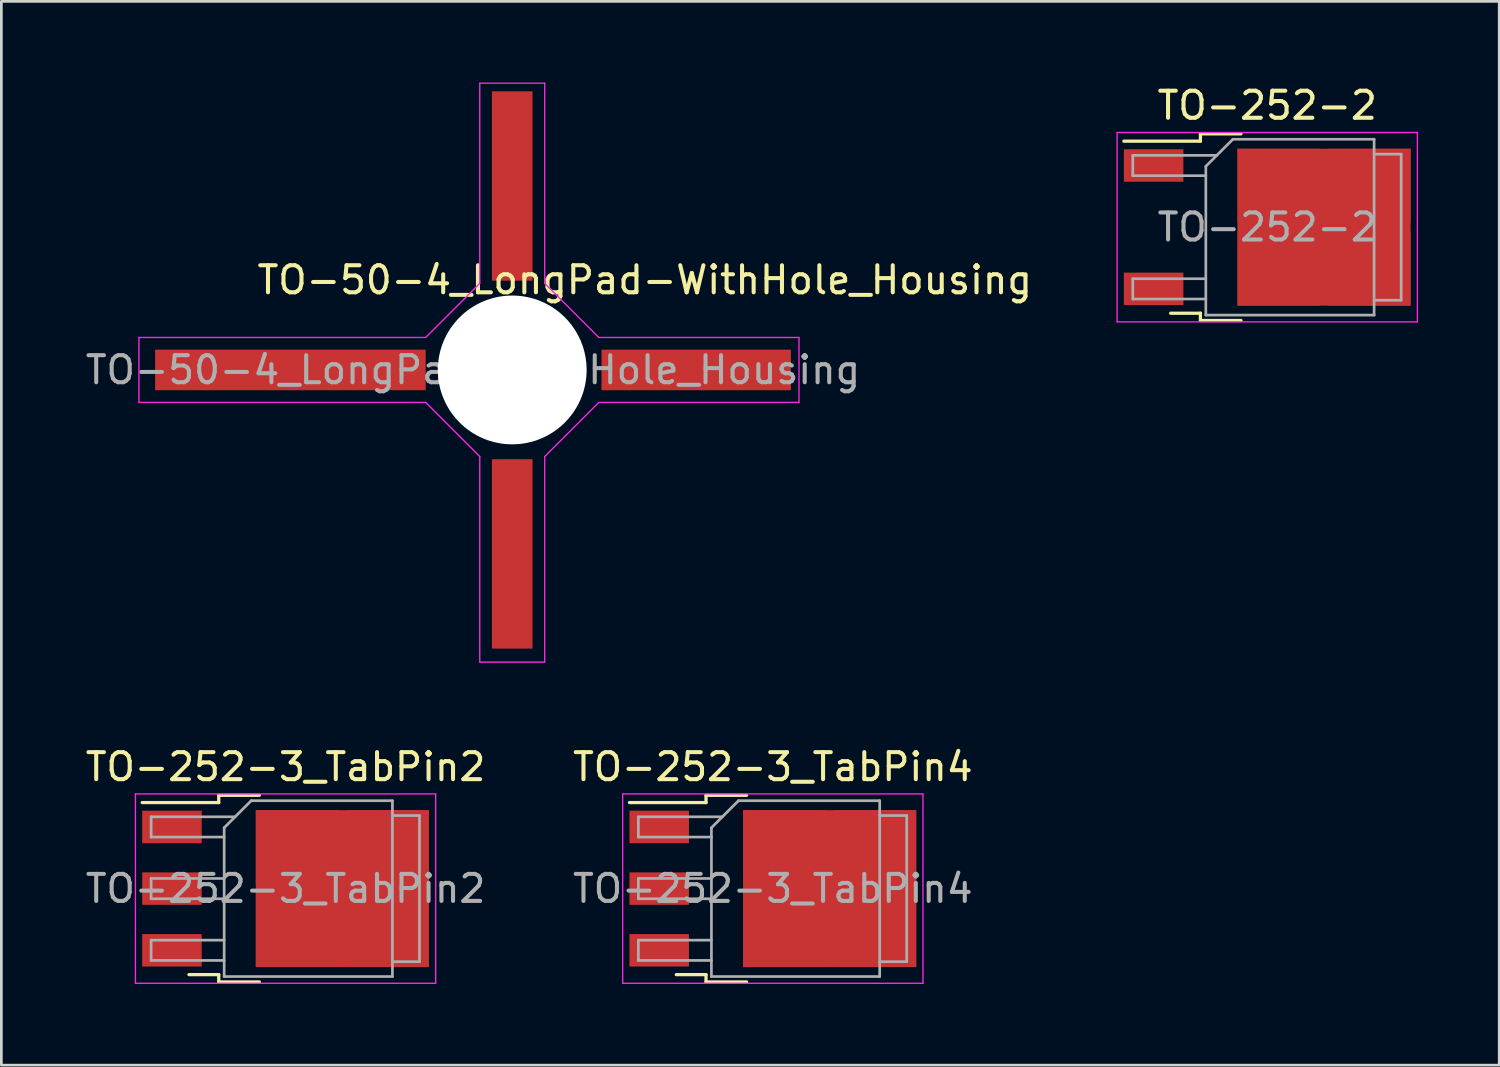
<source format=kicad_pcb>
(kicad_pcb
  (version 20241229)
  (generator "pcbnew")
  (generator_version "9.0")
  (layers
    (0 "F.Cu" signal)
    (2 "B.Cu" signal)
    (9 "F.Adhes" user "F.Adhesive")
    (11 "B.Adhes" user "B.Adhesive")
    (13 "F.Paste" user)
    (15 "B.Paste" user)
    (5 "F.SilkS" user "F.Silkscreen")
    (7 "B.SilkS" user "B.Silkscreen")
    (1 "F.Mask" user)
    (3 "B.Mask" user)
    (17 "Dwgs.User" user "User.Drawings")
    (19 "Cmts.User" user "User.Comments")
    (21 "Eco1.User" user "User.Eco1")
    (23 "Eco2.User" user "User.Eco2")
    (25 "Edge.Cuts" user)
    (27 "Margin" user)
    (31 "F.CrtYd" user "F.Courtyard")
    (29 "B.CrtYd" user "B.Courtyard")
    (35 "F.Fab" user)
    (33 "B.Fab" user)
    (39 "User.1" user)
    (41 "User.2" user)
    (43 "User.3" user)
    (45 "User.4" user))
  (footprint "TO-252-3_TabPin4"
    (layer "F.Cu")
    (at 25.518 29.798)
    (property "Reference" "TO-252-3_TabPin4" (at 0 -4.5 0) (layer "F.SilkS") (effects (font (size 1 1) (thickness 0.15))))
    (attr smd)
    (fp_line (start -2.47 -3.45) (end -2.47 -3.18) (stroke (width 0.12) (type solid)) (layer "F.SilkS"))
    (fp_line (start -2.47 -3.18) (end -5.3 -3.18) (stroke (width 0.12) (type solid)) (layer "F.SilkS"))
    (fp_line (start -2.47 3.18) (end -3.57 3.18) (stroke (width 0.12) (type solid)) (layer "F.SilkS"))
    (fp_line (start -2.47 3.45) (end -2.47 3.18) (stroke (width 0.12) (type solid)) (layer "F.SilkS"))
    (fp_line (start -0.97 -3.45) (end -2.47 -3.45) (stroke (width 0.12) (type solid)) (layer "F.SilkS"))
    (fp_line (start -0.97 3.45) (end -2.47 3.45) (stroke (width 0.12) (type solid)) (layer "F.SilkS"))
    (fp_line (start -5.55 -3.5) (end -5.55 3.5) (stroke (width 0.05) (type solid)) (layer "F.CrtYd"))
    (fp_line (start -5.55 3.5) (end 5.55 3.5) (stroke (width 0.05) (type solid)) (layer "F.CrtYd"))
    (fp_line (start 5.55 -3.5) (end -5.55 -3.5) (stroke (width 0.05) (type solid)) (layer "F.CrtYd"))
    (fp_line (start 5.55 3.5) (end 5.55 -3.5) (stroke (width 0.05) (type solid)) (layer "F.CrtYd"))
    (fp_line (start -4.97 -2.655) (end -4.97 -1.905) (stroke (width 0.1) (type solid)) (layer "F.Fab"))
    (fp_line (start -4.97 -1.905) (end -2.27 -1.905) (stroke (width 0.1) (type solid)) (layer "F.Fab"))
    (fp_line (start -4.97 -0.375) (end -4.97 0.375) (stroke (width 0.1) (type solid)) (layer "F.Fab"))
    (fp_line (start -4.97 0.375) (end -2.27 0.375) (stroke (width 0.1) (type solid)) (layer "F.Fab"))
    (fp_line (start -4.97 1.905) (end -4.97 2.655) (stroke (width 0.1) (type solid)) (layer "F.Fab"))
    (fp_line (start -4.97 2.655) (end -2.27 2.655) (stroke (width 0.1) (type solid)) (layer "F.Fab"))
    (fp_line (start -2.27 -2.25) (end -1.27 -3.25) (stroke (width 0.1) (type solid)) (layer "F.Fab"))
    (fp_line (start -2.27 -0.375) (end -4.97 -0.375) (stroke (width 0.1) (type solid)) (layer "F.Fab"))
    (fp_line (start -2.27 1.905) (end -4.97 1.905) (stroke (width 0.1) (type solid)) (layer "F.Fab"))
    (fp_line (start -2.27 3.25) (end -2.27 -2.25) (stroke (width 0.1) (type solid)) (layer "F.Fab"))
    (fp_line (start -1.865 -2.655) (end -4.97 -2.655) (stroke (width 0.1) (type solid)) (layer "F.Fab"))
    (fp_line (start -1.27 -3.25) (end 3.95 -3.25) (stroke (width 0.1) (type solid)) (layer "F.Fab"))
    (fp_line (start 3.95 -3.25) (end 3.95 3.25) (stroke (width 0.1) (type solid)) (layer "F.Fab"))
    (fp_line (start 3.95 -2.7) (end 4.95 -2.7) (stroke (width 0.1) (type solid)) (layer "F.Fab"))
    (fp_line (start 3.95 3.25) (end -2.27 3.25) (stroke (width 0.1) (type solid)) (layer "F.Fab"))
    (fp_line (start 4.95 -2.7) (end 4.95 2.7) (stroke (width 0.1) (type solid)) (layer "F.Fab"))
    (fp_line (start 4.95 2.7) (end 3.95 2.7) (stroke (width 0.1) (type solid)) (layer "F.Fab"))
    (fp_text user "${REFERENCE}" (at 0 0 0) (layer "F.Fab") (effects (font (size 1 1) (thickness 0.15))))
    (pad "1" smd rect (at -4.2 -2.28) (size 2.2 1.2) (layers "F.Cu" "F.Mask" "F.Paste"))
    (pad "2" smd rect (at -4.2 0) (size 2.2 1.2) (layers "F.Cu" "F.Mask" "F.Paste"))
    (pad "3" smd rect (at -4.2 2.28) (size 2.2 1.2) (layers "F.Cu" "F.Mask" "F.Paste"))
    (pad "4" smd rect (at 0.425 -1.525) (size 3.05 2.75) (layers "F.Cu" "F.Paste"))
    (pad "4" smd rect (at 0.425 1.525) (size 3.05 2.75) (layers "F.Cu" "F.Paste"))
    (pad "4" smd rect (at 2.1 0) (size 6.4 5.8) (layers "F.Cu" "F.Mask"))
    (pad "4" smd rect (at 3.775 -1.525) (size 3.05 2.75) (layers "F.Cu" "F.Paste"))
    (pad "4" smd rect (at 3.775 1.525) (size 3.05 2.75) (layers "F.Cu" "F.Paste")))
  (footprint "TO-252-2"
    (layer "F.Cu")
    (at 43.794 5.348)
    (property "Reference" "TO-252-2" (at 0 -4.5 0) (layer "F.SilkS") (effects (font (size 1 1) (thickness 0.15))))
    (attr smd)
    (fp_line (start -2.47 -3.45) (end -2.47 -3.18) (stroke (width 0.12) (type solid)) (layer "F.SilkS"))
    (fp_line (start -2.47 -3.18) (end -5.3 -3.18) (stroke (width 0.12) (type solid)) (layer "F.SilkS"))
    (fp_line (start -2.47 3.18) (end -3.57 3.18) (stroke (width 0.12) (type solid)) (layer "F.SilkS"))
    (fp_line (start -2.47 3.45) (end -2.47 3.18) (stroke (width 0.12) (type solid)) (layer "F.SilkS"))
    (fp_line (start -0.97 -3.45) (end -2.47 -3.45) (stroke (width 0.12) (type solid)) (layer "F.SilkS"))
    (fp_line (start -0.97 3.45) (end -2.47 3.45) (stroke (width 0.12) (type solid)) (layer "F.SilkS"))
    (fp_line (start -5.55 -3.5) (end -5.55 3.5) (stroke (width 0.05) (type solid)) (layer "F.CrtYd"))
    (fp_line (start -5.55 3.5) (end 5.55 3.5) (stroke (width 0.05) (type solid)) (layer "F.CrtYd"))
    (fp_line (start 5.55 -3.5) (end -5.55 -3.5) (stroke (width 0.05) (type solid)) (layer "F.CrtYd"))
    (fp_line (start 5.55 3.5) (end 5.55 -3.5) (stroke (width 0.05) (type solid)) (layer "F.CrtYd"))
    (fp_line (start -4.97 -2.655) (end -4.97 -1.905) (stroke (width 0.1) (type solid)) (layer "F.Fab"))
    (fp_line (start -4.97 -1.905) (end -2.27 -1.905) (stroke (width 0.1) (type solid)) (layer "F.Fab"))
    (fp_line (start -4.97 1.905) (end -4.97 2.655) (stroke (width 0.1) (type solid)) (layer "F.Fab"))
    (fp_line (start -4.97 2.655) (end -2.27 2.655) (stroke (width 0.1) (type solid)) (layer "F.Fab"))
    (fp_line (start -2.27 -2.25) (end -1.27 -3.25) (stroke (width 0.1) (type solid)) (layer "F.Fab"))
    (fp_line (start -2.27 1.905) (end -4.97 1.905) (stroke (width 0.1) (type solid)) (layer "F.Fab"))
    (fp_line (start -2.27 3.25) (end -2.27 -2.25) (stroke (width 0.1) (type solid)) (layer "F.Fab"))
    (fp_line (start -1.865 -2.655) (end -4.97 -2.655) (stroke (width 0.1) (type solid)) (layer "F.Fab"))
    (fp_line (start -1.27 -3.25) (end 3.95 -3.25) (stroke (width 0.1) (type solid)) (layer "F.Fab"))
    (fp_line (start 3.95 -3.25) (end 3.95 3.25) (stroke (width 0.1) (type solid)) (layer "F.Fab"))
    (fp_line (start 3.95 -2.7) (end 4.95 -2.7) (stroke (width 0.1) (type solid)) (layer "F.Fab"))
    (fp_line (start 3.95 3.25) (end -2.27 3.25) (stroke (width 0.1) (type solid)) (layer "F.Fab"))
    (fp_line (start 4.95 -2.7) (end 4.95 2.7) (stroke (width 0.1) (type solid)) (layer "F.Fab"))
    (fp_line (start 4.95 2.7) (end 3.95 2.7) (stroke (width 0.1) (type solid)) (layer "F.Fab"))
    (fp_text user "${REFERENCE}" (at 0 0 0) (layer "F.Fab") (effects (font (size 1 1) (thickness 0.15))))
    (pad "1" smd rect (at -4.2 -2.28) (size 2.2 1.2) (layers "F.Cu" "F.Mask" "F.Paste"))
    (pad "2" smd rect (at 0.425 -1.525) (size 3.05 2.75) (layers "F.Cu" "F.Paste"))
    (pad "2" smd rect (at 0.425 1.525) (size 3.05 2.75) (layers "F.Cu" "F.Paste"))
    (pad "2" smd rect (at 2.1 0) (size 6.4 5.8) (layers "F.Cu" "F.Mask"))
    (pad "2" smd rect (at 3.775 -1.525) (size 3.05 2.75) (layers "F.Cu" "F.Paste"))
    (pad "2" smd rect (at 3.775 1.525) (size 3.05 2.75) (layers "F.Cu" "F.Paste"))
    (pad "3" smd rect (at -4.2 2.28) (size 2.2 1.2) (layers "F.Cu" "F.Mask" "F.Paste")))
  (footprint "TO-252-3_TabPin2"
    (layer "F.Cu")
    (at 7.506 29.798)
    (property "Reference" "TO-252-3_TabPin2" (at 0 -4.5 0) (layer "F.SilkS") (effects (font (size 1 1) (thickness 0.15))))
    (attr smd)
    (fp_line (start -2.47 -3.45) (end -2.47 -3.18) (stroke (width 0.12) (type solid)) (layer "F.SilkS"))
    (fp_line (start -2.47 -3.18) (end -5.3 -3.18) (stroke (width 0.12) (type solid)) (layer "F.SilkS"))
    (fp_line (start -2.47 3.18) (end -3.57 3.18) (stroke (width 0.12) (type solid)) (layer "F.SilkS"))
    (fp_line (start -2.47 3.45) (end -2.47 3.18) (stroke (width 0.12) (type solid)) (layer "F.SilkS"))
    (fp_line (start -0.97 -3.45) (end -2.47 -3.45) (stroke (width 0.12) (type solid)) (layer "F.SilkS"))
    (fp_line (start -0.97 3.45) (end -2.47 3.45) (stroke (width 0.12) (type solid)) (layer "F.SilkS"))
    (fp_line (start -5.55 -3.5) (end -5.55 3.5) (stroke (width 0.05) (type solid)) (layer "F.CrtYd"))
    (fp_line (start -5.55 3.5) (end 5.55 3.5) (stroke (width 0.05) (type solid)) (layer "F.CrtYd"))
    (fp_line (start 5.55 -3.5) (end -5.55 -3.5) (stroke (width 0.05) (type solid)) (layer "F.CrtYd"))
    (fp_line (start 5.55 3.5) (end 5.55 -3.5) (stroke (width 0.05) (type solid)) (layer "F.CrtYd"))
    (fp_line (start -4.97 -2.655) (end -4.97 -1.905) (stroke (width 0.1) (type solid)) (layer "F.Fab"))
    (fp_line (start -4.97 -1.905) (end -2.27 -1.905) (stroke (width 0.1) (type solid)) (layer "F.Fab"))
    (fp_line (start -4.97 -0.375) (end -4.97 0.375) (stroke (width 0.1) (type solid)) (layer "F.Fab"))
    (fp_line (start -4.97 0.375) (end -2.27 0.375) (stroke (width 0.1) (type solid)) (layer "F.Fab"))
    (fp_line (start -4.97 1.905) (end -4.97 2.655) (stroke (width 0.1) (type solid)) (layer "F.Fab"))
    (fp_line (start -4.97 2.655) (end -2.27 2.655) (stroke (width 0.1) (type solid)) (layer "F.Fab"))
    (fp_line (start -2.27 -2.25) (end -1.27 -3.25) (stroke (width 0.1) (type solid)) (layer "F.Fab"))
    (fp_line (start -2.27 -0.375) (end -4.97 -0.375) (stroke (width 0.1) (type solid)) (layer "F.Fab"))
    (fp_line (start -2.27 1.905) (end -4.97 1.905) (stroke (width 0.1) (type solid)) (layer "F.Fab"))
    (fp_line (start -2.27 3.25) (end -2.27 -2.25) (stroke (width 0.1) (type solid)) (layer "F.Fab"))
    (fp_line (start -1.865 -2.655) (end -4.97 -2.655) (stroke (width 0.1) (type solid)) (layer "F.Fab"))
    (fp_line (start -1.27 -3.25) (end 3.95 -3.25) (stroke (width 0.1) (type solid)) (layer "F.Fab"))
    (fp_line (start 3.95 -3.25) (end 3.95 3.25) (stroke (width 0.1) (type solid)) (layer "F.Fab"))
    (fp_line (start 3.95 -2.7) (end 4.95 -2.7) (stroke (width 0.1) (type solid)) (layer "F.Fab"))
    (fp_line (start 3.95 3.25) (end -2.27 3.25) (stroke (width 0.1) (type solid)) (layer "F.Fab"))
    (fp_line (start 4.95 -2.7) (end 4.95 2.7) (stroke (width 0.1) (type solid)) (layer "F.Fab"))
    (fp_line (start 4.95 2.7) (end 3.95 2.7) (stroke (width 0.1) (type solid)) (layer "F.Fab"))
    (fp_text user "${REFERENCE}" (at 0 0 0) (layer "F.Fab") (effects (font (size 1 1) (thickness 0.15))))
    (pad "1" smd rect (at -4.2 -2.28) (size 2.2 1.2) (layers "F.Cu" "F.Mask" "F.Paste"))
    (pad "2" smd rect (at -4.2 0) (size 2.2 1.2) (layers "F.Cu" "F.Mask" "F.Paste"))
    (pad "2" smd rect (at 0.425 -1.525) (size 3.05 2.75) (layers "F.Cu" "F.Paste"))
    (pad "2" smd rect (at 0.425 1.525) (size 3.05 2.75) (layers "F.Cu" "F.Paste"))
    (pad "2" smd rect (at 2.1 0) (size 6.4 5.8) (layers "F.Cu" "F.Mask"))
    (pad "2" smd rect (at 3.775 -1.525) (size 3.05 2.75) (layers "F.Cu" "F.Paste"))
    (pad "2" smd rect (at 3.775 1.525) (size 3.05 2.75) (layers "F.Cu" "F.Paste"))
    (pad "3" smd rect (at -4.2 2.28) (size 2.2 1.2) (layers "F.Cu" "F.Mask" "F.Paste")))
  (footprint "TO-50-4_LongPad-WithHole_Housing"
    (layer "F.Cu")
    (at 15.185 10.625)
    (property "Reference" "TO-50-4_LongPad-WithHole_Housing" (at 5.6 -3.325 180) (layer "F.SilkS") (effects (font (size 1 1) (thickness 0.15))))
    (attr smd)
    (fp_line (start -13.1 -1.2) (end -2.5 -1.2) (stroke (width 0.05) (type solid)) (layer "F.CrtYd"))
    (fp_line (start -13.1 1.2) (end -13.1 -1.2) (stroke (width 0.05) (type solid)) (layer "F.CrtYd"))
    (fp_line (start -2.5 -1.2) (end -0.5 -3.2) (stroke (width 0.05) (type solid)) (layer "F.CrtYd"))
    (fp_line (start -2.5 1.2) (end -13.1 1.2) (stroke (width 0.05) (type solid)) (layer "F.CrtYd"))
    (fp_line (start -0.5 -10.6) (end 1.9 -10.6) (stroke (width 0.05) (type solid)) (layer "F.CrtYd"))
    (fp_line (start -0.5 -3.2) (end -0.5 -10.6) (stroke (width 0.05) (type solid)) (layer "F.CrtYd"))
    (fp_line (start -0.5 3.2) (end -2.5 1.2) (stroke (width 0.05) (type solid)) (layer "F.CrtYd"))
    (fp_line (start -0.5 10.8) (end -0.5 3.2) (stroke (width 0.05) (type solid)) (layer "F.CrtYd"))
    (fp_line (start 1.9 -10.6) (end 1.9 -3.2) (stroke (width 0.05) (type solid)) (layer "F.CrtYd"))
    (fp_line (start 1.9 -3.2) (end 3.9 -1.2) (stroke (width 0.05) (type solid)) (layer "F.CrtYd"))
    (fp_line (start 1.9 3.2) (end 1.9 10.8) (stroke (width 0.05) (type solid)) (layer "F.CrtYd"))
    (fp_line (start 1.9 10.8) (end -0.5 10.8) (stroke (width 0.05) (type solid)) (layer "F.CrtYd"))
    (fp_line (start 3.9 -1.2) (end 11.3 -1.2) (stroke (width 0.05) (type solid)) (layer "F.CrtYd"))
    (fp_line (start 3.9 1.2) (end 1.9 3.2) (stroke (width 0.05) (type solid)) (layer "F.CrtYd"))
    (fp_line (start 11.3 -1.2) (end 11.3 1.2) (stroke (width 0.05) (type solid)) (layer "F.CrtYd"))
    (fp_line (start 11.3 1.2) (end 3.9 1.2) (stroke (width 0.05) (type solid)) (layer "F.CrtYd"))
    (fp_circle (center 0.7 0) (end 0.65 2.55) (stroke (width 0.1) (type solid)) (fill no) (layer "F.Fab"))
    (fp_text user "${REFERENCE}" (at -0.75 0 0) (layer "F.Fab") (effects (font (size 1 1) (thickness 0.15))))
    (pad "" np_thru_hole circle (at 0.7 0 90) (size 5.5 5.5) (drill 5.5) (layers "*.Cu" "*.Mask"))
    (pad "1" smd rect (at 7.5 0 90) (size 1.5 7) (layers "F.Cu" "F.Mask" "F.Paste"))
    (pad "2" smd rect (at 0.7 -6.8 90) (size 7 1.5) (layers "F.Cu" "F.Mask" "F.Paste"))
    (pad "3" smd rect (at -7.5 0 90) (size 1.5 10) (layers "F.Cu" "F.Mask" "F.Paste"))
    (pad "4" smd rect (at 0.7 6.8 90) (size 7 1.5) (layers "F.Cu" "F.Mask" "F.Paste")))
  (gr_rect
    (start -3 -3)
    (end 52.369 36.323)
    (stroke (width 0.1) (type default))
    (fill no)
    (layer "Edge.Cuts")))
</source>
